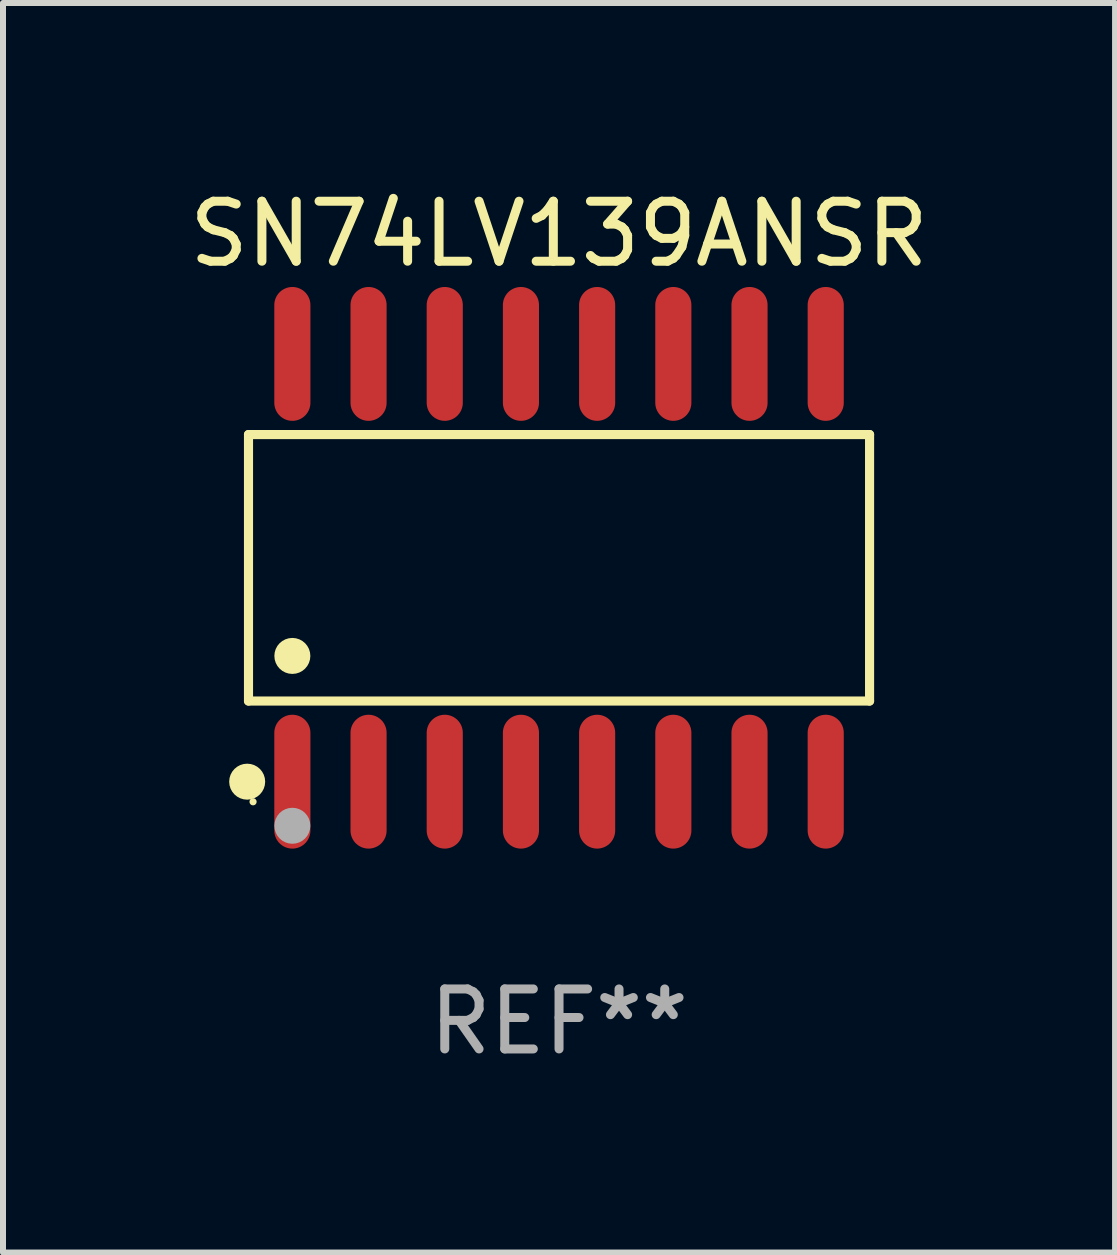
<source format=kicad_pcb>
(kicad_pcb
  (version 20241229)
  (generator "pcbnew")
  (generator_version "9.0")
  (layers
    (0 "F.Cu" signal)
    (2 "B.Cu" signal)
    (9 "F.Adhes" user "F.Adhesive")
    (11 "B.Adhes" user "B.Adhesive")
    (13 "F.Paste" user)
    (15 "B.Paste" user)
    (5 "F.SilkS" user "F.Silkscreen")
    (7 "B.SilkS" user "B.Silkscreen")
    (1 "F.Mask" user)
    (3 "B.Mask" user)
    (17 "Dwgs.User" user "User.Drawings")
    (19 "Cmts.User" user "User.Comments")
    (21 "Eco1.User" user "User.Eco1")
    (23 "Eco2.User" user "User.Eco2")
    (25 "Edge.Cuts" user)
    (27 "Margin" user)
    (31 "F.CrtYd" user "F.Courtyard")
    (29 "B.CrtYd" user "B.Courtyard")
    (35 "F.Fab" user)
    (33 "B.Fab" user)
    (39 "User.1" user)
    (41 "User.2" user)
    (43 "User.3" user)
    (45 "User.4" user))
  (footprint "SN74LV139ANSR"
    (layer "F.Cu")
    (at 6.268 6.414)
    (property "Reference" "SN74LV139ANSR" (at 0 -5.565 0) (layer "F.SilkS") (effects (font (size 1 1) (thickness 0.15))))
    (attr through_hole)
    (fp_line (start -5.176 -2.221) (end 5.176 -2.221) (stroke (width 0.152) (type solid)) (layer "F.SilkS"))
    (fp_line (start -5.176 2.221) (end -5.176 -2.221) (stroke (width 0.152) (type solid)) (layer "F.SilkS"))
    (fp_line (start 5.176 -2.221) (end 5.176 2.221) (stroke (width 0.152) (type solid)) (layer "F.SilkS"))
    (fp_line (start 5.176 2.221) (end -5.176 2.221) (stroke (width 0.152) (type solid)) (layer "F.SilkS"))
    (fp_circle (center -5.198 3.565) (end -5.048 3.565) (stroke (width 0.3) (type solid)) (fill no) (layer "F.SilkS"))
    (fp_circle (center -5.1 3.9) (end -5.07 3.9) (stroke (width 0.06) (type solid)) (fill no) (layer "F.SilkS"))
    (fp_circle (center -4.445 1.469) (end -4.295 1.469) (stroke (width 0.3) (type solid)) (fill no) (layer "F.SilkS"))
    (fp_circle (center -4.445 4.3) (end -4.295 4.3) (stroke (width 0.3) (type solid)) (fill no) (layer "F.Fab"))
    (fp_text user "REF**" (at 0 7.565 0) (layer "F.Fab") (effects (font (size 1 1) (thickness 0.15))))
    (pad "1" smd oval (at -4.445 3.565) (size 0.602 2.231) (layers "F.Cu" "F.Mask" "F.Paste"))
    (pad "2" smd oval (at -3.175 3.565) (size 0.602 2.231) (layers "F.Cu" "F.Mask" "F.Paste"))
    (pad "3" smd oval (at -1.905 3.565) (size 0.602 2.231) (layers "F.Cu" "F.Mask" "F.Paste"))
    (pad "4" smd oval (at -0.635 3.565) (size 0.602 2.231) (layers "F.Cu" "F.Mask" "F.Paste"))
    (pad "5" smd oval (at 0.635 3.565) (size 0.602 2.231) (layers "F.Cu" "F.Mask" "F.Paste"))
    (pad "6" smd oval (at 1.905 3.565) (size 0.602 2.231) (layers "F.Cu" "F.Mask" "F.Paste"))
    (pad "7" smd oval (at 3.175 3.565) (size 0.602 2.231) (layers "F.Cu" "F.Mask" "F.Paste"))
    (pad "8" smd oval (at 4.445 3.565) (size 0.602 2.231) (layers "F.Cu" "F.Mask" "F.Paste"))
    (pad "9" smd oval (at 4.445 -3.565) (size 0.602 2.231) (layers "F.Cu" "F.Mask" "F.Paste"))
    (pad "10" smd oval (at 3.175 -3.565) (size 0.602 2.231) (layers "F.Cu" "F.Mask" "F.Paste"))
    (pad "11" smd oval (at 1.905 -3.565) (size 0.602 2.231) (layers "F.Cu" "F.Mask" "F.Paste"))
    (pad "12" smd oval (at 0.635 -3.565) (size 0.602 2.231) (layers "F.Cu" "F.Mask" "F.Paste"))
    (pad "13" smd oval (at -0.635 -3.565) (size 0.602 2.231) (layers "F.Cu" "F.Mask" "F.Paste"))
    (pad "14" smd oval (at -1.905 -3.565) (size 0.602 2.231) (layers "F.Cu" "F.Mask" "F.Paste"))
    (pad "15" smd oval (at -3.175 -3.565) (size 0.602 2.231) (layers "F.Cu" "F.Mask" "F.Paste"))
    (pad "16" smd oval (at -4.445 -3.565) (size 0.602 2.231) (layers "F.Cu" "F.Mask" "F.Paste")))
  (gr_rect
    (start -3 -3)
    (end 15.536 17.827)
    (stroke (width 0.1) (type default))
    (fill no)
    (layer "Edge.Cuts")))
</source>
